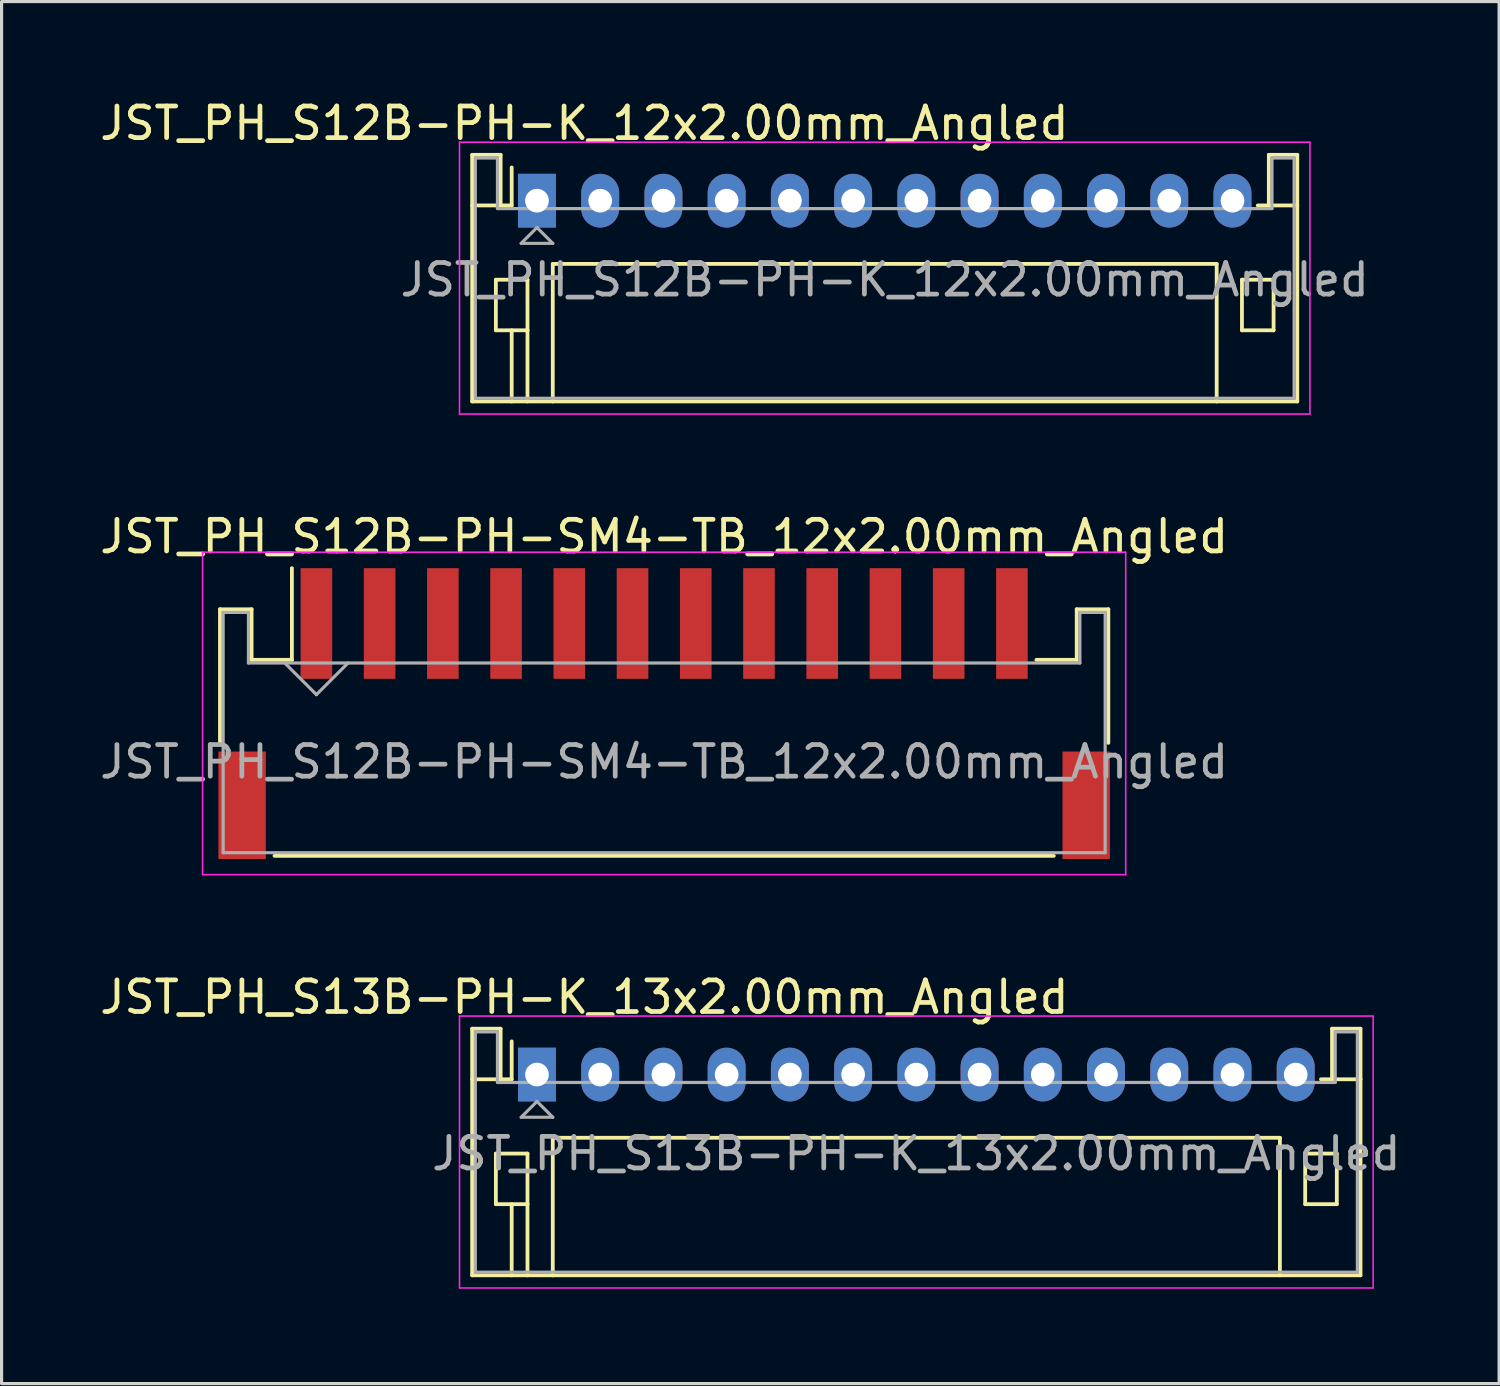
<source format=kicad_pcb>
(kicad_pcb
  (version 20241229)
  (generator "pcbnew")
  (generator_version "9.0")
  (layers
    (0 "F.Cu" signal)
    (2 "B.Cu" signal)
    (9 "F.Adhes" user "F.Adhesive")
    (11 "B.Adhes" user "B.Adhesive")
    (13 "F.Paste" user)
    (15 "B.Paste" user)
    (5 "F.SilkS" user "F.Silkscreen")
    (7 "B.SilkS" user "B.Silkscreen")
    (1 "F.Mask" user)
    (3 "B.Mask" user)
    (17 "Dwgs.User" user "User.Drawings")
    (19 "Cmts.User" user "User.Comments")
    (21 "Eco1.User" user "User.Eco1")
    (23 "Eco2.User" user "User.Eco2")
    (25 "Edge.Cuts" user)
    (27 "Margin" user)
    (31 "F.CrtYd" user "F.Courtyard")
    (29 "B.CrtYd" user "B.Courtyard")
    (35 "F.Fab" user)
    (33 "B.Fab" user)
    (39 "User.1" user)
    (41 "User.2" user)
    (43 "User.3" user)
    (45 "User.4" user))
  (footprint "JST_PH_S13B-PH-K_13x2.00mm_Angled"
    (layer "F.Cu")
    (at 13.935 30.94)
    (property "Reference" "JST_PH_S13B-PH-K_13x2.00mm_Angled" (at 1.5 -2.45 0) (layer "F.SilkS") (effects (font (size 1 1) (thickness 0.15))))
    (attr through_hole)
    (fp_line (start -2.05 -1.45) (end -2.05 6.35) (stroke (width 0.12) (type solid)) (layer "F.SilkS"))
    (fp_line (start -2.05 0.15) (end -1.15 0.15) (stroke (width 0.12) (type solid)) (layer "F.SilkS"))
    (fp_line (start -2.05 6.35) (end 26.05 6.35) (stroke (width 0.12) (type solid)) (layer "F.SilkS"))
    (fp_line (start -1.3 2.5) (end -1.3 4.1) (stroke (width 0.12) (type solid)) (layer "F.SilkS"))
    (fp_line (start -1.3 4.1) (end -0.3 4.1) (stroke (width 0.12) (type solid)) (layer "F.SilkS"))
    (fp_line (start -1.15 -1.45) (end -2.05 -1.45) (stroke (width 0.12) (type solid)) (layer "F.SilkS"))
    (fp_line (start -1.15 0.15) (end -1.15 -1.45) (stroke (width 0.12) (type solid)) (layer "F.SilkS"))
    (fp_line (start -0.8 0.15) (end -1.15 0.15) (stroke (width 0.12) (type solid)) (layer "F.SilkS"))
    (fp_line (start -0.8 0.15) (end -0.8 -1.05) (stroke (width 0.12) (type solid)) (layer "F.SilkS"))
    (fp_line (start -0.8 4.1) (end -0.8 6.35) (stroke (width 0.12) (type solid)) (layer "F.SilkS"))
    (fp_line (start -0.3 2.5) (end -1.3 2.5) (stroke (width 0.12) (type solid)) (layer "F.SilkS"))
    (fp_line (start -0.3 4.1) (end -0.3 2.5) (stroke (width 0.12) (type solid)) (layer "F.SilkS"))
    (fp_line (start -0.3 4.1) (end -0.3 6.35) (stroke (width 0.12) (type solid)) (layer "F.SilkS"))
    (fp_line (start 0.5 2) (end 23.5 2) (stroke (width 0.12) (type solid)) (layer "F.SilkS"))
    (fp_line (start 0.5 6.35) (end 0.5 2) (stroke (width 0.12) (type solid)) (layer "F.SilkS"))
    (fp_line (start 23.5 2) (end 23.5 6.35) (stroke (width 0.12) (type solid)) (layer "F.SilkS"))
    (fp_line (start 24.3 2.5) (end 25.3 2.5) (stroke (width 0.12) (type solid)) (layer "F.SilkS"))
    (fp_line (start 24.3 4.1) (end 24.3 2.5) (stroke (width 0.12) (type solid)) (layer "F.SilkS"))
    (fp_line (start 25.15 -1.45) (end 25.15 0.15) (stroke (width 0.12) (type solid)) (layer "F.SilkS"))
    (fp_line (start 25.15 0.15) (end 24.8 0.15) (stroke (width 0.12) (type solid)) (layer "F.SilkS"))
    (fp_line (start 25.3 2.5) (end 25.3 4.1) (stroke (width 0.12) (type solid)) (layer "F.SilkS"))
    (fp_line (start 25.3 4.1) (end 24.3 4.1) (stroke (width 0.12) (type solid)) (layer "F.SilkS"))
    (fp_line (start 26.05 -1.45) (end 25.15 -1.45) (stroke (width 0.12) (type solid)) (layer "F.SilkS"))
    (fp_line (start 26.05 0.15) (end 25.15 0.15) (stroke (width 0.12) (type solid)) (layer "F.SilkS"))
    (fp_line (start 26.05 6.35) (end 26.05 -1.45) (stroke (width 0.12) (type solid)) (layer "F.SilkS"))
    (fp_line (start -2.45 -1.85) (end -2.45 6.75) (stroke (width 0.05) (type solid)) (layer "F.CrtYd"))
    (fp_line (start -2.45 6.75) (end 26.45 6.75) (stroke (width 0.05) (type solid)) (layer "F.CrtYd"))
    (fp_line (start 26.45 -1.85) (end -2.45 -1.85) (stroke (width 0.05) (type solid)) (layer "F.CrtYd"))
    (fp_line (start 26.45 6.75) (end 26.45 -1.85) (stroke (width 0.05) (type solid)) (layer "F.CrtYd"))
    (fp_line (start -1.95 -1.35) (end -1.95 6.25) (stroke (width 0.1) (type solid)) (layer "F.Fab"))
    (fp_line (start -1.95 6.25) (end 25.95 6.25) (stroke (width 0.1) (type solid)) (layer "F.Fab"))
    (fp_line (start -1.25 -1.35) (end -1.95 -1.35) (stroke (width 0.1) (type solid)) (layer "F.Fab"))
    (fp_line (start -1.25 0.25) (end -1.25 -1.35) (stroke (width 0.1) (type solid)) (layer "F.Fab"))
    (fp_line (start -0.5 1.35) (end 0.5 1.35) (stroke (width 0.1) (type solid)) (layer "F.Fab"))
    (fp_line (start 0 0.85) (end -0.5 1.35) (stroke (width 0.1) (type solid)) (layer "F.Fab"))
    (fp_line (start 0.5 1.35) (end 0 0.85) (stroke (width 0.1) (type solid)) (layer "F.Fab"))
    (fp_line (start 25.25 -1.35) (end 25.25 0.25) (stroke (width 0.1) (type solid)) (layer "F.Fab"))
    (fp_line (start 25.25 0.25) (end -1.25 0.25) (stroke (width 0.1) (type solid)) (layer "F.Fab"))
    (fp_line (start 25.95 -1.35) (end 25.25 -1.35) (stroke (width 0.1) (type solid)) (layer "F.Fab"))
    (fp_line (start 25.95 6.25) (end 25.95 -1.35) (stroke (width 0.1) (type solid)) (layer "F.Fab"))
    (fp_text user "${REFERENCE}" (at 12 2.5 0) (layer "F.Fab") (effects (font (size 1 1) (thickness 0.15))))
    (pad "1" thru_hole rect (at 0 0) (size 1.2 1.7) (drill 0.75) (layers "*.Cu" "*.Mask"))
    (pad "2" thru_hole oval (at 2 0) (size 1.2 1.7) (drill 0.75) (layers "*.Cu" "*.Mask"))
    (pad "3" thru_hole oval (at 4 0) (size 1.2 1.7) (drill 0.75) (layers "*.Cu" "*.Mask"))
    (pad "4" thru_hole oval (at 6 0) (size 1.2 1.7) (drill 0.75) (layers "*.Cu" "*.Mask"))
    (pad "5" thru_hole oval (at 8 0) (size 1.2 1.7) (drill 0.75) (layers "*.Cu" "*.Mask"))
    (pad "6" thru_hole oval (at 10 0) (size 1.2 1.7) (drill 0.75) (layers "*.Cu" "*.Mask"))
    (pad "7" thru_hole oval (at 12 0) (size 1.2 1.7) (drill 0.75) (layers "*.Cu" "*.Mask"))
    (pad "8" thru_hole oval (at 14 0) (size 1.2 1.7) (drill 0.75) (layers "*.Cu" "*.Mask"))
    (pad "9" thru_hole oval (at 16 0) (size 1.2 1.7) (drill 0.75) (layers "*.Cu" "*.Mask"))
    (pad "10" thru_hole oval (at 18 0) (size 1.2 1.7) (drill 0.75) (layers "*.Cu" "*.Mask"))
    (pad "11" thru_hole oval (at 20 0) (size 1.2 1.7) (drill 0.75) (layers "*.Cu" "*.Mask"))
    (pad "12" thru_hole oval (at 22 0) (size 1.2 1.7) (drill 0.75) (layers "*.Cu" "*.Mask"))
    (pad "13" thru_hole oval (at 24 0) (size 1.2 1.7) (drill 0.75) (layers "*.Cu" "*.Mask")))
  (footprint "JST_PH_S12B-PH-K_12x2.00mm_Angled"
    (layer "F.Cu")
    (at 13.935 3.298)
    (property "Reference" "JST_PH_S12B-PH-K_12x2.00mm_Angled" (at 1.5 -2.45 0) (layer "F.SilkS") (effects (font (size 1 1) (thickness 0.15))))
    (attr through_hole)
    (fp_line (start -2.05 -1.45) (end -2.05 6.35) (stroke (width 0.12) (type solid)) (layer "F.SilkS"))
    (fp_line (start -2.05 0.15) (end -1.15 0.15) (stroke (width 0.12) (type solid)) (layer "F.SilkS"))
    (fp_line (start -2.05 6.35) (end 24.05 6.35) (stroke (width 0.12) (type solid)) (layer "F.SilkS"))
    (fp_line (start -1.3 2.5) (end -1.3 4.1) (stroke (width 0.12) (type solid)) (layer "F.SilkS"))
    (fp_line (start -1.3 4.1) (end -0.3 4.1) (stroke (width 0.12) (type solid)) (layer "F.SilkS"))
    (fp_line (start -1.15 -1.45) (end -2.05 -1.45) (stroke (width 0.12) (type solid)) (layer "F.SilkS"))
    (fp_line (start -1.15 0.15) (end -1.15 -1.45) (stroke (width 0.12) (type solid)) (layer "F.SilkS"))
    (fp_line (start -0.8 0.15) (end -1.15 0.15) (stroke (width 0.12) (type solid)) (layer "F.SilkS"))
    (fp_line (start -0.8 0.15) (end -0.8 -1.05) (stroke (width 0.12) (type solid)) (layer "F.SilkS"))
    (fp_line (start -0.8 4.1) (end -0.8 6.35) (stroke (width 0.12) (type solid)) (layer "F.SilkS"))
    (fp_line (start -0.3 2.5) (end -1.3 2.5) (stroke (width 0.12) (type solid)) (layer "F.SilkS"))
    (fp_line (start -0.3 4.1) (end -0.3 2.5) (stroke (width 0.12) (type solid)) (layer "F.SilkS"))
    (fp_line (start -0.3 4.1) (end -0.3 6.35) (stroke (width 0.12) (type solid)) (layer "F.SilkS"))
    (fp_line (start 0.5 2) (end 21.5 2) (stroke (width 0.12) (type solid)) (layer "F.SilkS"))
    (fp_line (start 0.5 6.35) (end 0.5 2) (stroke (width 0.12) (type solid)) (layer "F.SilkS"))
    (fp_line (start 21.5 2) (end 21.5 6.35) (stroke (width 0.12) (type solid)) (layer "F.SilkS"))
    (fp_line (start 22.3 2.5) (end 23.3 2.5) (stroke (width 0.12) (type solid)) (layer "F.SilkS"))
    (fp_line (start 22.3 4.1) (end 22.3 2.5) (stroke (width 0.12) (type solid)) (layer "F.SilkS"))
    (fp_line (start 23.15 -1.45) (end 23.15 0.15) (stroke (width 0.12) (type solid)) (layer "F.SilkS"))
    (fp_line (start 23.15 0.15) (end 22.8 0.15) (stroke (width 0.12) (type solid)) (layer "F.SilkS"))
    (fp_line (start 23.3 2.5) (end 23.3 4.1) (stroke (width 0.12) (type solid)) (layer "F.SilkS"))
    (fp_line (start 23.3 4.1) (end 22.3 4.1) (stroke (width 0.12) (type solid)) (layer "F.SilkS"))
    (fp_line (start 24.05 -1.45) (end 23.15 -1.45) (stroke (width 0.12) (type solid)) (layer "F.SilkS"))
    (fp_line (start 24.05 0.15) (end 23.15 0.15) (stroke (width 0.12) (type solid)) (layer "F.SilkS"))
    (fp_line (start 24.05 6.35) (end 24.05 -1.45) (stroke (width 0.12) (type solid)) (layer "F.SilkS"))
    (fp_line (start -2.45 -1.85) (end -2.45 6.75) (stroke (width 0.05) (type solid)) (layer "F.CrtYd"))
    (fp_line (start -2.45 6.75) (end 24.45 6.75) (stroke (width 0.05) (type solid)) (layer "F.CrtYd"))
    (fp_line (start 24.45 -1.85) (end -2.45 -1.85) (stroke (width 0.05) (type solid)) (layer "F.CrtYd"))
    (fp_line (start 24.45 6.75) (end 24.45 -1.85) (stroke (width 0.05) (type solid)) (layer "F.CrtYd"))
    (fp_line (start -1.95 -1.35) (end -1.95 6.25) (stroke (width 0.1) (type solid)) (layer "F.Fab"))
    (fp_line (start -1.95 6.25) (end 23.95 6.25) (stroke (width 0.1) (type solid)) (layer "F.Fab"))
    (fp_line (start -1.25 -1.35) (end -1.95 -1.35) (stroke (width 0.1) (type solid)) (layer "F.Fab"))
    (fp_line (start -1.25 0.25) (end -1.25 -1.35) (stroke (width 0.1) (type solid)) (layer "F.Fab"))
    (fp_line (start -0.5 1.35) (end 0.5 1.35) (stroke (width 0.1) (type solid)) (layer "F.Fab"))
    (fp_line (start 0 0.85) (end -0.5 1.35) (stroke (width 0.1) (type solid)) (layer "F.Fab"))
    (fp_line (start 0.5 1.35) (end 0 0.85) (stroke (width 0.1) (type solid)) (layer "F.Fab"))
    (fp_line (start 23.25 -1.35) (end 23.25 0.25) (stroke (width 0.1) (type solid)) (layer "F.Fab"))
    (fp_line (start 23.25 0.25) (end -1.25 0.25) (stroke (width 0.1) (type solid)) (layer "F.Fab"))
    (fp_line (start 23.95 -1.35) (end 23.25 -1.35) (stroke (width 0.1) (type solid)) (layer "F.Fab"))
    (fp_line (start 23.95 6.25) (end 23.95 -1.35) (stroke (width 0.1) (type solid)) (layer "F.Fab"))
    (fp_text user "${REFERENCE}" (at 11 2.5 0) (layer "F.Fab") (effects (font (size 1 1) (thickness 0.15))))
    (pad "1" thru_hole rect (at 0 0) (size 1.2 1.7) (drill 0.75) (layers "*.Cu" "*.Mask"))
    (pad "2" thru_hole oval (at 2 0) (size 1.2 1.7) (drill 0.75) (layers "*.Cu" "*.Mask"))
    (pad "3" thru_hole oval (at 4 0) (size 1.2 1.7) (drill 0.75) (layers "*.Cu" "*.Mask"))
    (pad "4" thru_hole oval (at 6 0) (size 1.2 1.7) (drill 0.75) (layers "*.Cu" "*.Mask"))
    (pad "5" thru_hole oval (at 8 0) (size 1.2 1.7) (drill 0.75) (layers "*.Cu" "*.Mask"))
    (pad "6" thru_hole oval (at 10 0) (size 1.2 1.7) (drill 0.75) (layers "*.Cu" "*.Mask"))
    (pad "7" thru_hole oval (at 12 0) (size 1.2 1.7) (drill 0.75) (layers "*.Cu" "*.Mask"))
    (pad "8" thru_hole oval (at 14 0) (size 1.2 1.7) (drill 0.75) (layers "*.Cu" "*.Mask"))
    (pad "9" thru_hole oval (at 16 0) (size 1.2 1.7) (drill 0.75) (layers "*.Cu" "*.Mask"))
    (pad "10" thru_hole oval (at 18 0) (size 1.2 1.7) (drill 0.75) (layers "*.Cu" "*.Mask"))
    (pad "11" thru_hole oval (at 20 0) (size 1.2 1.7) (drill 0.75) (layers "*.Cu" "*.Mask"))
    (pad "12" thru_hole oval (at 22 0) (size 1.2 1.7) (drill 0.75) (layers "*.Cu" "*.Mask")))
  (footprint "JST_PH_S12B-PH-SM4-TB_12x2.00mm_Angled"
    (layer "F.Cu")
    (at 17.958 19.547)
    (property "Reference" "JST_PH_S12B-PH-SM4-TB_12x2.00mm_Angled" (at 0 -5.625 0) (layer "F.SilkS") (effects (font (size 1 1) (thickness 0.15))))
    (attr smd)
    (fp_line (start -14.05 -3.325) (end -14.05 0.9) (stroke (width 0.12) (type solid)) (layer "F.SilkS"))
    (fp_line (start -13.05 -3.325) (end -14.05 -3.325) (stroke (width 0.12) (type solid)) (layer "F.SilkS"))
    (fp_line (start -13.05 -1.725) (end -13.05 -3.325) (stroke (width 0.12) (type solid)) (layer "F.SilkS"))
    (fp_line (start -12.325 4.475) (end 12.325 4.475) (stroke (width 0.12) (type solid)) (layer "F.SilkS"))
    (fp_line (start -11.775 -1.725) (end -13.05 -1.725) (stroke (width 0.12) (type solid)) (layer "F.SilkS"))
    (fp_line (start -11.775 -1.725) (end -11.775 -4.625) (stroke (width 0.12) (type solid)) (layer "F.SilkS"))
    (fp_line (start 13.05 -3.325) (end 13.05 -1.725) (stroke (width 0.12) (type solid)) (layer "F.SilkS"))
    (fp_line (start 13.05 -1.725) (end 11.775 -1.725) (stroke (width 0.12) (type solid)) (layer "F.SilkS"))
    (fp_line (start 14.05 -3.325) (end 13.05 -3.325) (stroke (width 0.12) (type solid)) (layer "F.SilkS"))
    (fp_line (start 14.05 0.9) (end 14.05 -3.325) (stroke (width 0.12) (type solid)) (layer "F.SilkS"))
    (fp_line (start -14.6 -5.13) (end -14.6 5.07) (stroke (width 0.05) (type solid)) (layer "F.CrtYd"))
    (fp_line (start -14.6 5.07) (end 14.6 5.07) (stroke (width 0.05) (type solid)) (layer "F.CrtYd"))
    (fp_line (start 14.6 -5.13) (end -14.6 -5.13) (stroke (width 0.05) (type solid)) (layer "F.CrtYd"))
    (fp_line (start 14.6 5.07) (end 14.6 -5.13) (stroke (width 0.05) (type solid)) (layer "F.CrtYd"))
    (fp_line (start -13.95 -3.225) (end -13.95 4.375) (stroke (width 0.1) (type solid)) (layer "F.Fab"))
    (fp_line (start -13.95 4.375) (end 13.95 4.375) (stroke (width 0.1) (type solid)) (layer "F.Fab"))
    (fp_line (start -13.15 -3.225) (end -13.95 -3.225) (stroke (width 0.1) (type solid)) (layer "F.Fab"))
    (fp_line (start -13.15 -1.625) (end -13.15 -3.225) (stroke (width 0.1) (type solid)) (layer "F.Fab"))
    (fp_line (start -12 -1.625) (end -11 -0.625) (stroke (width 0.1) (type solid)) (layer "F.Fab"))
    (fp_line (start -11 -0.625) (end -10 -1.625) (stroke (width 0.1) (type solid)) (layer "F.Fab"))
    (fp_line (start 13.15 -3.225) (end 13.15 -1.625) (stroke (width 0.1) (type solid)) (layer "F.Fab"))
    (fp_line (start 13.15 -1.625) (end -13.15 -1.625) (stroke (width 0.1) (type solid)) (layer "F.Fab"))
    (fp_line (start 13.95 -3.225) (end 13.15 -3.225) (stroke (width 0.1) (type solid)) (layer "F.Fab"))
    (fp_line (start 13.95 4.375) (end 13.95 -3.225) (stroke (width 0.1) (type solid)) (layer "F.Fab"))
    (fp_text user "${REFERENCE}" (at 0 1.5 0) (layer "F.Fab") (effects (font (size 1 1) (thickness 0.15))))
    (pad "" smd rect (at -13.35 2.875) (size 1.5 3.4) (layers "F.Cu" "F.Mask" "F.Paste"))
    (pad "" smd rect (at 13.35 2.875) (size 1.5 3.4) (layers "F.Cu" "F.Mask" "F.Paste"))
    (pad "1" smd rect (at -11 -2.875) (size 1 3.5) (layers "F.Cu" "F.Mask" "F.Paste"))
    (pad "2" smd rect (at -9 -2.875) (size 1 3.5) (layers "F.Cu" "F.Mask" "F.Paste"))
    (pad "3" smd rect (at -7 -2.875) (size 1 3.5) (layers "F.Cu" "F.Mask" "F.Paste"))
    (pad "4" smd rect (at -5 -2.875) (size 1 3.5) (layers "F.Cu" "F.Mask" "F.Paste"))
    (pad "5" smd rect (at -3 -2.875) (size 1 3.5) (layers "F.Cu" "F.Mask" "F.Paste"))
    (pad "6" smd rect (at -1 -2.875) (size 1 3.5) (layers "F.Cu" "F.Mask" "F.Paste"))
    (pad "7" smd rect (at 1 -2.875) (size 1 3.5) (layers "F.Cu" "F.Mask" "F.Paste"))
    (pad "8" smd rect (at 3 -2.875) (size 1 3.5) (layers "F.Cu" "F.Mask" "F.Paste"))
    (pad "9" smd rect (at 5 -2.875) (size 1 3.5) (layers "F.Cu" "F.Mask" "F.Paste"))
    (pad "10" smd rect (at 7 -2.875) (size 1 3.5) (layers "F.Cu" "F.Mask" "F.Paste"))
    (pad "11" smd rect (at 9 -2.875) (size 1 3.5) (layers "F.Cu" "F.Mask" "F.Paste"))
    (pad "12" smd rect (at 11 -2.875) (size 1 3.5) (layers "F.Cu" "F.Mask" "F.Paste")))
  (gr_rect
    (start -3 -3)
    (end 44.369 40.715)
    (stroke (width 0.1) (type default))
    (fill no)
    (layer "Edge.Cuts")))
</source>
